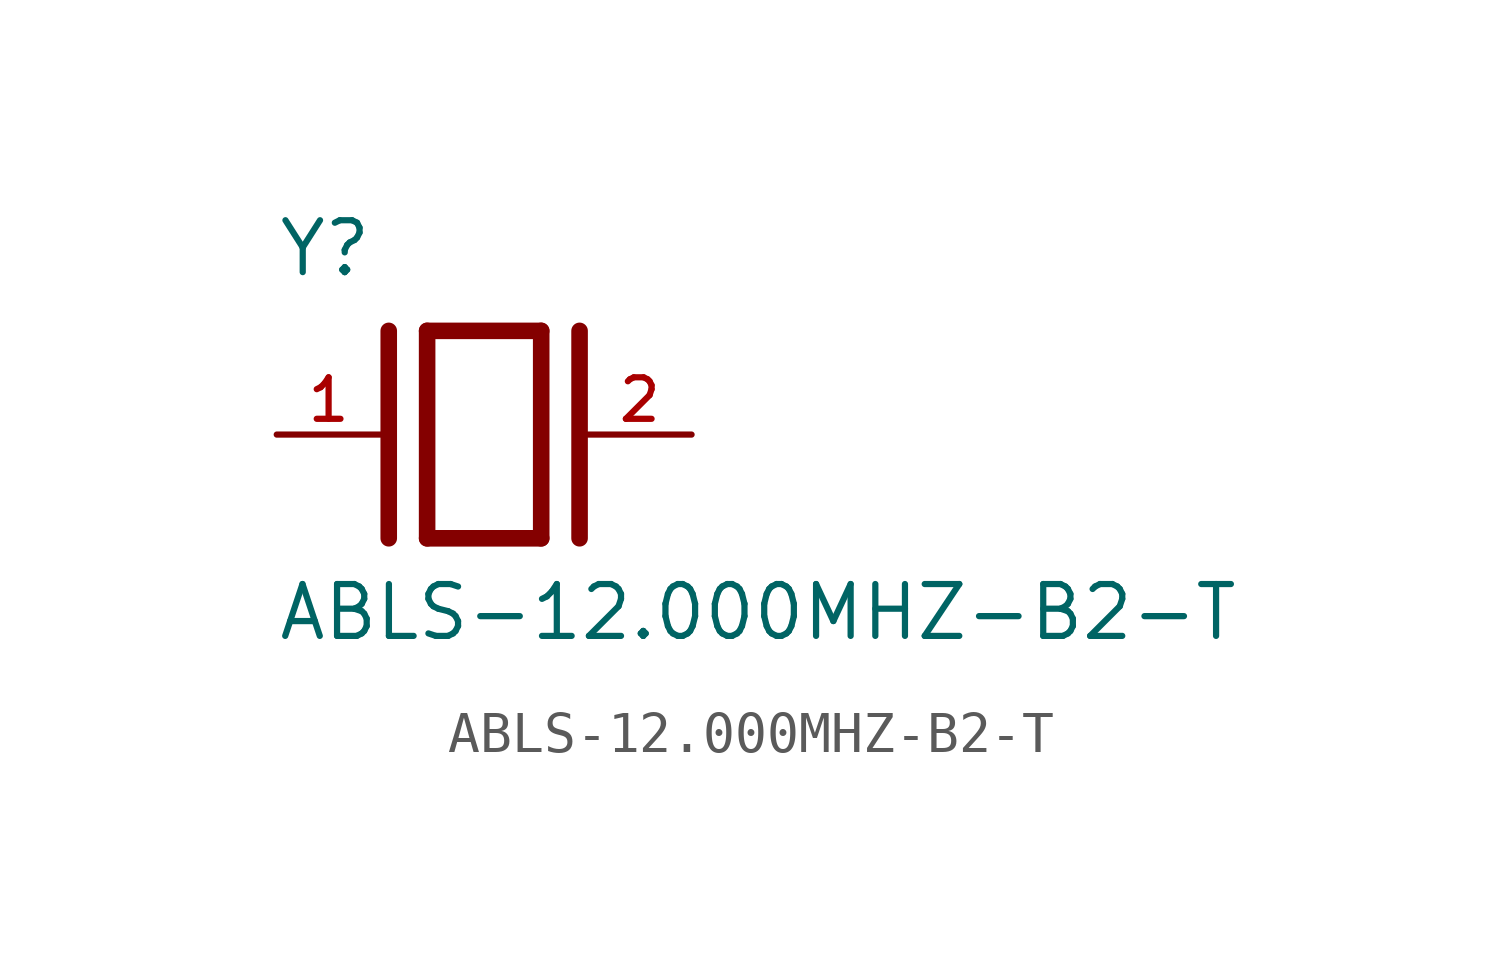
<source format=kicad_sym>
(kicad_symbol_lib
  (version 20211014)
  (generator kicad_symbol_editor)
  (symbol "ABLS-12.000MHZ-B2-T"
    (pin_names
      (offset 1.016))
    (property "Reference" "Y"
      (at -5.088 3.816 0)
      (effects (font (size 1.27 1.27)) (justify bottom left)))
    (property "Value" "ABLS-12.000MHZ-B2-T"
      (at -5.094 -5.094 0)
      (effects (font (size 1.27 1.27)) (justify bottom left)))
    (symbol "ABLS-12.000MHZ-B2-T_0_0"
      (polyline (pts (xy -1.397 2.54) (xy 1.397 2.54)) (stroke (width 0.406)))
      (polyline (pts (xy 1.397 2.54) (xy 1.397 -2.54)) (stroke (width 0.406)))
      (polyline (pts (xy 1.397 -2.54) (xy -1.397 -2.54)) (stroke (width 0.406)))
      (polyline (pts (xy -1.397 2.54) (xy -1.397 -2.54)) (stroke (width 0.406)))
      (polyline (pts (xy 2.337 2.54) (xy 2.337 -2.54)) (stroke (width 0.406)))
      (polyline (pts (xy -2.337 2.54) (xy -2.337 -2.54)) (stroke (width 0.406)))
      (pin passive line (at 5.08 0.0 180.0) (length 2.54) (name "~" (effects (font (size 1.016 1.016)))) (number "2" (effects (font (size 1.016 1.016)))))
      (pin passive line (at -5.08 0.0 0) (length 2.54) (name "~" (effects (font (size 1.016 1.016)))) (number "1" (effects (font (size 1.016 1.016))))))))
</source>
